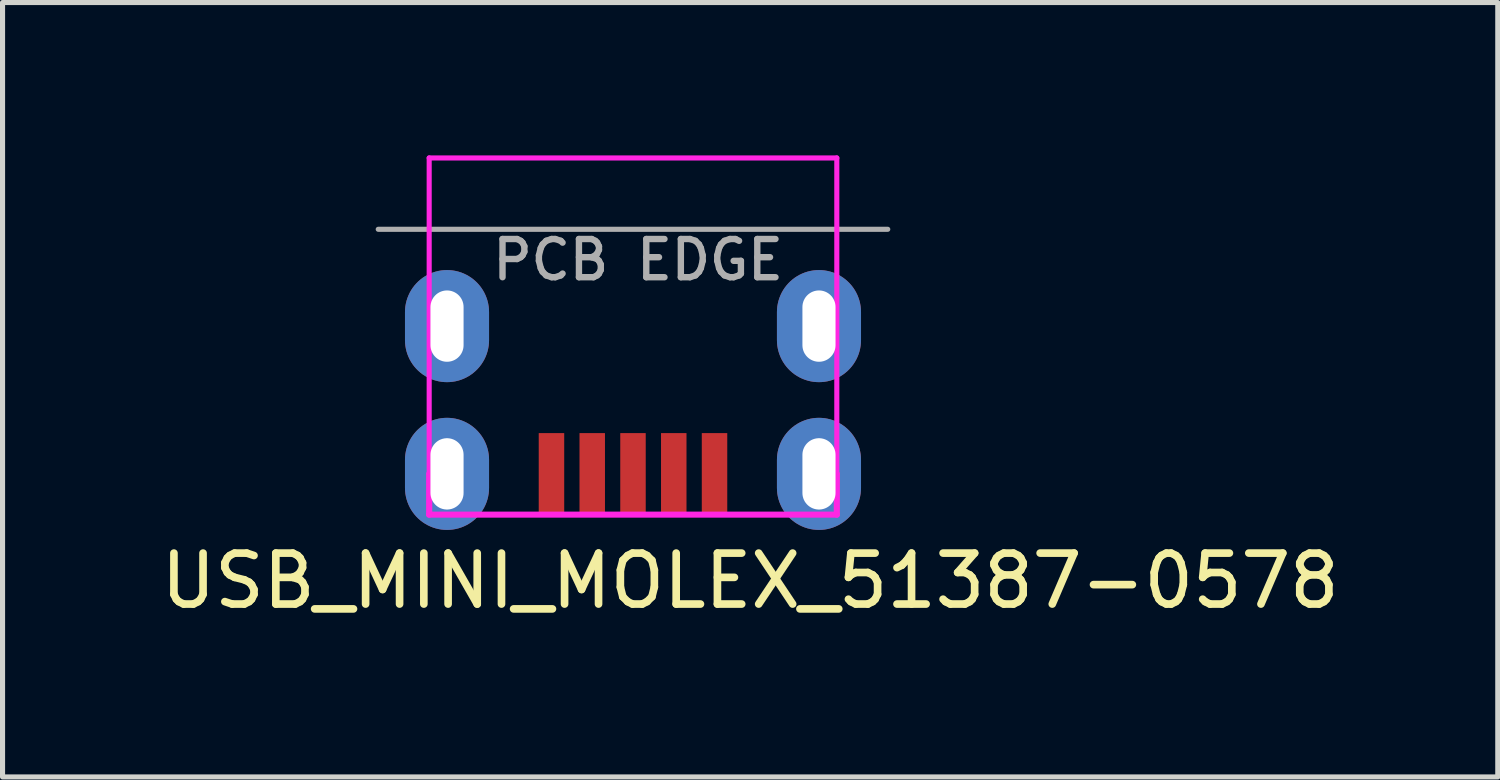
<source format=kicad_pcb>
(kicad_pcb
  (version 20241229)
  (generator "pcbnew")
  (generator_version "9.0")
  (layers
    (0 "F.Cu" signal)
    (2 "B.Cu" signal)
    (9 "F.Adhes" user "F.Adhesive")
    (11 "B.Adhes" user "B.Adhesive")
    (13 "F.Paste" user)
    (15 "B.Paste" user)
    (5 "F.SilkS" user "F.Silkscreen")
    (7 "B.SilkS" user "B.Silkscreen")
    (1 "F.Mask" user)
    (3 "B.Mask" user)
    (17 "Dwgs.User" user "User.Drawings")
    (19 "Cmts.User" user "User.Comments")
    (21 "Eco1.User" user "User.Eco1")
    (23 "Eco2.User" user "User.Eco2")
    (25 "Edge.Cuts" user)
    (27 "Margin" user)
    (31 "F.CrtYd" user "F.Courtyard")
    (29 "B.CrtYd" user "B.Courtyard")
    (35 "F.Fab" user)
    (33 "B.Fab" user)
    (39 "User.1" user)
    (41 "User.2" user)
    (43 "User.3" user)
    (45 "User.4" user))
  (footprint "USB_MINI_MOLEX_51387-0578"
    (layer "F.Cu")
    (at 9.373 6.25)
    (property "Reference" "USB_MINI_MOLEX_51387-0578" (at 2.3 2.1 0) (layer "F.SilkS") (effects (font (size 1 1) (thickness 0.15))))
    (attr through_hole)
    (fp_line (start -4 -6.2) (end -4 0) (stroke (width 0.1) (type solid)) (layer "F.CrtYd"))
    (fp_line (start -4 -6.2) (end 4 -6.2) (stroke (width 0.1) (type solid)) (layer "F.CrtYd"))
    (fp_line (start -4 0) (end -4 0.8) (stroke (width 0.12) (type solid)) (layer "F.CrtYd"))
    (fp_line (start -4 0.8) (end 4 0.8) (stroke (width 0.12) (type solid)) (layer "F.CrtYd"))
    (fp_line (start 4 -6.2) (end 4 0) (stroke (width 0.1) (type solid)) (layer "F.CrtYd"))
    (fp_line (start 4 0.8) (end 4 0) (stroke (width 0.12) (type solid)) (layer "F.CrtYd"))
    (fp_line (start -5 -4.8) (end 5 -4.8) (stroke (width 0.1) (type solid)) (layer "F.Fab"))
    (fp_text user "PCB EDGE" (at 0.1 -4.2 0) (layer "F.Fab") (effects (font (size 0.75 0.75) (thickness 0.125))))
    (pad "1" smd rect (at 1.6 0) (size 0.5 1.6) (layers "F.Cu" "F.Mask" "F.Paste"))
    (pad "2" smd rect (at 0.8 0) (size 0.5 1.6) (layers "F.Cu" "F.Mask" "F.Paste"))
    (pad "3" smd rect (at 0 0) (size 0.5 1.6) (layers "F.Cu" "F.Mask" "F.Paste"))
    (pad "4" smd rect (at -0.8 0) (size 0.5 1.6) (layers "F.Cu" "F.Mask" "F.Paste"))
    (pad "5" smd rect (at -1.6 0) (size 0.5 1.6) (layers "F.Cu" "F.Mask" "F.Paste"))
    (pad "6" thru_hole oval (at -3.65 -2.9) (size 1.65 2.2) (drill oval 0.65 1.4) (layers "*.Cu" "*.Mask"))
    (pad "6" thru_hole oval (at -3.65 0) (size 1.65 2.2) (drill oval 0.65 1.4) (layers "*.Cu" "*.Mask"))
    (pad "6" thru_hole oval (at 3.65 -2.9) (size 1.65 2.2) (drill oval 0.65 1.4) (layers "*.Cu" "*.Mask"))
    (pad "6" thru_hole oval (at 3.65 0) (size 1.65 2.2) (drill oval 0.65 1.4) (layers "*.Cu" "*.Mask")))
  (gr_rect
    (start -3 -3)
    (end 26.345 12.198)
    (stroke (width 0.1) (type default))
    (fill no)
    (layer "Edge.Cuts")))
</source>
